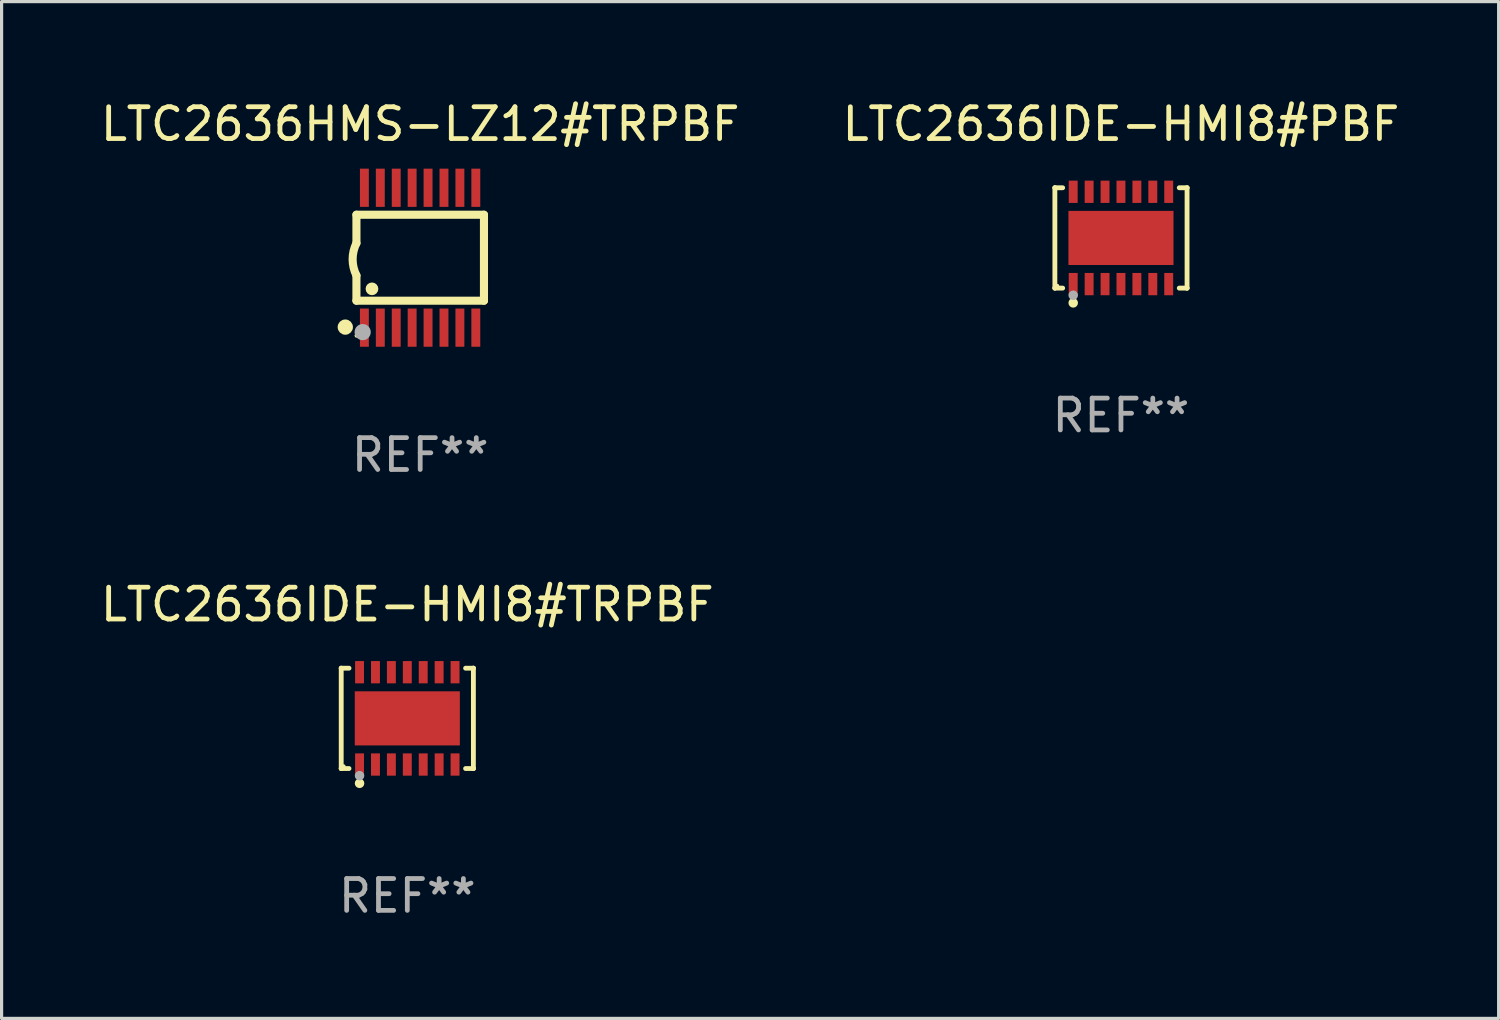
<source format=kicad_pcb>
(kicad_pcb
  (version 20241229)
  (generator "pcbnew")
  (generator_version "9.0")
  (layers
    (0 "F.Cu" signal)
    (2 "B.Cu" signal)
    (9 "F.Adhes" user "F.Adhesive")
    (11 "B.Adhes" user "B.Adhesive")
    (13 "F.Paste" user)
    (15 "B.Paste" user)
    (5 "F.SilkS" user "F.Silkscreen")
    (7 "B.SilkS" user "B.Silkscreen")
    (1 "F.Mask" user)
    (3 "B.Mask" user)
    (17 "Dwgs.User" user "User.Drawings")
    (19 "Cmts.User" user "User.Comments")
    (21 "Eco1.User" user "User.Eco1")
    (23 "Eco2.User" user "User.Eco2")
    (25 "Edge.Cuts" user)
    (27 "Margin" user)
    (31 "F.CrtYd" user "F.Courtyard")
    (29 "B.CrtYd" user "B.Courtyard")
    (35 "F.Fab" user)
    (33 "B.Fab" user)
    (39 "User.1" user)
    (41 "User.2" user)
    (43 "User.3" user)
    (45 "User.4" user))
  (footprint "LTC2636IDE-HMI8#TRPBF"
    (layer "F.Cu")
    (at 9.744 19.515)
    (property "Reference" "LTC2636IDE-HMI8#TRPBF" (at 0 -3.576 0) (layer "F.SilkS") (effects (font (size 1 1) (thickness 0.15))))
    (attr through_hole)
    (fp_line (start -2.076 -1.576) (end -2.076 -1.576) (stroke (width 0.152) (type solid)) (layer "F.SilkS"))
    (fp_line (start -2.076 -1.576) (end -1.831 -1.576) (stroke (width 0.152) (type solid)) (layer "F.SilkS"))
    (fp_line (start -2.076 1.576) (end -2.076 -1.576) (stroke (width 0.152) (type solid)) (layer "F.SilkS"))
    (fp_line (start -2.076 1.576) (end -2.076 1.576) (stroke (width 0.152) (type solid)) (layer "F.SilkS"))
    (fp_line (start -1.831 1.576) (end -2.076 1.576) (stroke (width 0.152) (type solid)) (layer "F.SilkS"))
    (fp_line (start 1.831 1.576) (end 2.076 1.576) (stroke (width 0.152) (type solid)) (layer "F.SilkS"))
    (fp_line (start 2.076 -1.576) (end 1.831 -1.576) (stroke (width 0.152) (type solid)) (layer "F.SilkS"))
    (fp_line (start 2.076 -1.576) (end 2.076 -1.576) (stroke (width 0.152) (type solid)) (layer "F.SilkS"))
    (fp_line (start 2.076 1.576) (end 2.076 -1.576) (stroke (width 0.152) (type solid)) (layer "F.SilkS"))
    (fp_line (start 2.076 1.576) (end 2.076 1.576) (stroke (width 0.152) (type solid)) (layer "F.SilkS"))
    (fp_circle (center -2 1.5) (end -1.97 1.5) (stroke (width 0.06) (type solid)) (fill no) (layer "F.SilkS"))
    (fp_circle (center -1.5 2.04) (end -1.425 2.04) (stroke (width 0.15) (type solid)) (fill no) (layer "F.SilkS"))
    (fp_circle (center -1.5 1.8) (end -1.425 1.8) (stroke (width 0.15) (type solid)) (fill no) (layer "F.Fab"))
    (fp_text user "REF**" (at 0 5.576 0) (layer "F.Fab") (effects (font (size 1 1) (thickness 0.15))))
    (pad "1" smd rect (at -1.5 1.45) (size 0.28 0.7) (layers "F.Cu" "F.Mask" "F.Paste"))
    (pad "2" smd rect (at -1 1.45) (size 0.28 0.7) (layers "F.Cu" "F.Mask" "F.Paste"))
    (pad "3" smd rect (at -0.5 1.45) (size 0.28 0.7) (layers "F.Cu" "F.Mask" "F.Paste"))
    (pad "4" smd rect (at 0 1.45) (size 0.28 0.7) (layers "F.Cu" "F.Mask" "F.Paste"))
    (pad "5" smd rect (at 0.5 1.45) (size 0.28 0.7) (layers "F.Cu" "F.Mask" "F.Paste"))
    (pad "6" smd rect (at 1 1.45) (size 0.28 0.7) (layers "F.Cu" "F.Mask" "F.Paste"))
    (pad "7" smd rect (at 1.5 1.45) (size 0.28 0.7) (layers "F.Cu" "F.Mask" "F.Paste"))
    (pad "8" smd rect (at 1.5 -1.45) (size 0.28 0.7) (layers "F.Cu" "F.Mask" "F.Paste"))
    (pad "9" smd rect (at 1 -1.45) (size 0.28 0.7) (layers "F.Cu" "F.Mask" "F.Paste"))
    (pad "10" smd rect (at 0.5 -1.45) (size 0.28 0.7) (layers "F.Cu" "F.Mask" "F.Paste"))
    (pad "11" smd rect (at 0 -1.45) (size 0.28 0.7) (layers "F.Cu" "F.Mask" "F.Paste"))
    (pad "12" smd rect (at -0.5 -1.45) (size 0.28 0.7) (layers "F.Cu" "F.Mask" "F.Paste"))
    (pad "13" smd rect (at -1 -1.45) (size 0.28 0.7) (layers "F.Cu" "F.Mask" "F.Paste"))
    (pad "14" smd rect (at -1.5 -1.45) (size 0.28 0.7) (layers "F.Cu" "F.Mask" "F.Paste"))
    (pad "15" smd rect (at 0 0) (size 3.3 1.7) (layers "F.Cu" "F.Mask" "F.Paste")))
  (footprint "LTC2636HMS-LZ12#TRPBF"
    (layer "F.Cu")
    (at 10.149 5.045)
    (property "Reference" "LTC2636HMS-LZ12#TRPBF" (at 0 -4.197 0) (layer "F.SilkS") (effects (font (size 1 1) (thickness 0.15))))
    (attr through_hole)
    (fp_line (start -2.003 -1.35) (end -2.003 -0.457) (stroke (width 0.254) (type solid)) (layer "F.SilkS"))
    (fp_line (start -2.003 -1.35) (end 2.003 -1.35) (stroke (width 0.254) (type solid)) (layer "F.SilkS"))
    (fp_line (start -2.003 1.35) (end -2.003 0.559) (stroke (width 0.254) (type solid)) (layer "F.SilkS"))
    (fp_line (start -2.003 1.35) (end 2.003 1.35) (stroke (width 0.254) (type solid)) (layer "F.SilkS"))
    (fp_line (start 2.003 -1.35) (end 2.003 1.35) (stroke (width 0.254) (type solid)) (layer "F.SilkS"))
    (fp_arc (start -2.002286 0.558802) (mid -2.122556 0.05092) (end -2.003302 -0.457201) (stroke (width 0.254001) (type solid)) (layer "F.SilkS"))
    (fp_circle (center -2.353 2.18) (end -2.233 2.18) (stroke (width 0.24) (type solid)) (fill no) (layer "F.SilkS"))
    (fp_circle (center -2.003 2.45) (end -1.973 2.45) (stroke (width 0.06) (type solid)) (fill no) (layer "F.SilkS"))
    (fp_circle (center -1.515 0.978) (end -1.415 0.978) (stroke (width 0.2) (type solid)) (fill no) (layer "F.SilkS"))
    (fp_circle (center -1.807 2.337) (end -1.68 2.337) (stroke (width 0.254) (type solid)) (fill no) (layer "F.Fab"))
    (fp_text user "REF**" (at 0 6.197 0) (layer "F.Fab") (effects (font (size 1 1) (thickness 0.15))))
    (pad "1" smd rect (at -1.753 2.197 90) (size 1.2 0.28) (layers "F.Cu" "F.Mask" "F.Paste"))
    (pad "2" smd rect (at -1.253 2.197 90) (size 1.2 0.28) (layers "F.Cu" "F.Mask" "F.Paste"))
    (pad "3" smd rect (at -0.753 2.197 90) (size 1.2 0.28) (layers "F.Cu" "F.Mask" "F.Paste"))
    (pad "4" smd rect (at -0.253 2.197 90) (size 1.2 0.28) (layers "F.Cu" "F.Mask" "F.Paste"))
    (pad "5" smd rect (at 0.247 2.197 90) (size 1.2 0.28) (layers "F.Cu" "F.Mask" "F.Paste"))
    (pad "6" smd rect (at 0.747 2.197 90) (size 1.2 0.28) (layers "F.Cu" "F.Mask" "F.Paste"))
    (pad "7" smd rect (at 1.247 2.197 90) (size 1.2 0.28) (layers "F.Cu" "F.Mask" "F.Paste"))
    (pad "8" smd rect (at 1.747 2.197 90) (size 1.2 0.28) (layers "F.Cu" "F.Mask" "F.Paste"))
    (pad "9" smd rect (at 1.747 -2.197 90) (size 1.2 0.28) (layers "F.Cu" "F.Mask" "F.Paste"))
    (pad "10" smd rect (at 1.247 -2.197 90) (size 1.2 0.28) (layers "F.Cu" "F.Mask" "F.Paste"))
    (pad "11" smd rect (at 0.747 -2.197 90) (size 1.2 0.28) (layers "F.Cu" "F.Mask" "F.Paste"))
    (pad "12" smd rect (at 0.247 -2.197 90) (size 1.2 0.28) (layers "F.Cu" "F.Mask" "F.Paste"))
    (pad "13" smd rect (at -0.253 -2.197 90) (size 1.2 0.28) (layers "F.Cu" "F.Mask" "F.Paste"))
    (pad "14" smd rect (at -0.753 -2.197 90) (size 1.2 0.28) (layers "F.Cu" "F.Mask" "F.Paste"))
    (pad "15" smd rect (at -1.253 -2.197 90) (size 1.2 0.28) (layers "F.Cu" "F.Mask" "F.Paste"))
    (pad "16" smd rect (at -1.753 -2.197 90) (size 1.2 0.28) (layers "F.Cu" "F.Mask" "F.Paste")))
  (footprint "LTC2636IDE-HMI8#PBF"
    (layer "F.Cu")
    (at 32.161 4.424)
    (property "Reference" "LTC2636IDE-HMI8#PBF" (at 0 -3.576 0) (layer "F.SilkS") (effects (font (size 1 1) (thickness 0.15))))
    (attr through_hole)
    (fp_line (start -2.076 -1.576) (end -2.076 -1.576) (stroke (width 0.152) (type solid)) (layer "F.SilkS"))
    (fp_line (start -2.076 -1.576) (end -1.831 -1.576) (stroke (width 0.152) (type solid)) (layer "F.SilkS"))
    (fp_line (start -2.076 1.576) (end -2.076 -1.576) (stroke (width 0.152) (type solid)) (layer "F.SilkS"))
    (fp_line (start -2.076 1.576) (end -2.076 1.576) (stroke (width 0.152) (type solid)) (layer "F.SilkS"))
    (fp_line (start -1.831 1.576) (end -2.076 1.576) (stroke (width 0.152) (type solid)) (layer "F.SilkS"))
    (fp_line (start 1.831 1.576) (end 2.076 1.576) (stroke (width 0.152) (type solid)) (layer "F.SilkS"))
    (fp_line (start 2.076 -1.576) (end 1.831 -1.576) (stroke (width 0.152) (type solid)) (layer "F.SilkS"))
    (fp_line (start 2.076 -1.576) (end 2.076 -1.576) (stroke (width 0.152) (type solid)) (layer "F.SilkS"))
    (fp_line (start 2.076 1.576) (end 2.076 -1.576) (stroke (width 0.152) (type solid)) (layer "F.SilkS"))
    (fp_line (start 2.076 1.576) (end 2.076 1.576) (stroke (width 0.152) (type solid)) (layer "F.SilkS"))
    (fp_circle (center -2 1.5) (end -1.97 1.5) (stroke (width 0.06) (type solid)) (fill no) (layer "F.SilkS"))
    (fp_circle (center -1.5 2.04) (end -1.425 2.04) (stroke (width 0.15) (type solid)) (fill no) (layer "F.SilkS"))
    (fp_circle (center -1.5 1.8) (end -1.425 1.8) (stroke (width 0.15) (type solid)) (fill no) (layer "F.Fab"))
    (fp_text user "REF**" (at 0 5.576 0) (layer "F.Fab") (effects (font (size 1 1) (thickness 0.15))))
    (pad "1" smd rect (at -1.5 1.45) (size 0.28 0.7) (layers "F.Cu" "F.Mask" "F.Paste"))
    (pad "2" smd rect (at -1 1.45) (size 0.28 0.7) (layers "F.Cu" "F.Mask" "F.Paste"))
    (pad "3" smd rect (at -0.5 1.45) (size 0.28 0.7) (layers "F.Cu" "F.Mask" "F.Paste"))
    (pad "4" smd rect (at 0 1.45) (size 0.28 0.7) (layers "F.Cu" "F.Mask" "F.Paste"))
    (pad "5" smd rect (at 0.5 1.45) (size 0.28 0.7) (layers "F.Cu" "F.Mask" "F.Paste"))
    (pad "6" smd rect (at 1 1.45) (size 0.28 0.7) (layers "F.Cu" "F.Mask" "F.Paste"))
    (pad "7" smd rect (at 1.5 1.45) (size 0.28 0.7) (layers "F.Cu" "F.Mask" "F.Paste"))
    (pad "8" smd rect (at 1.5 -1.45) (size 0.28 0.7) (layers "F.Cu" "F.Mask" "F.Paste"))
    (pad "9" smd rect (at 1 -1.45) (size 0.28 0.7) (layers "F.Cu" "F.Mask" "F.Paste"))
    (pad "10" smd rect (at 0.5 -1.45) (size 0.28 0.7) (layers "F.Cu" "F.Mask" "F.Paste"))
    (pad "11" smd rect (at 0 -1.45) (size 0.28 0.7) (layers "F.Cu" "F.Mask" "F.Paste"))
    (pad "12" smd rect (at -0.5 -1.45) (size 0.28 0.7) (layers "F.Cu" "F.Mask" "F.Paste"))
    (pad "13" smd rect (at -1 -1.45) (size 0.28 0.7) (layers "F.Cu" "F.Mask" "F.Paste"))
    (pad "14" smd rect (at -1.5 -1.45) (size 0.28 0.7) (layers "F.Cu" "F.Mask" "F.Paste"))
    (pad "15" smd rect (at 0 0) (size 3.3 1.7) (layers "F.Cu" "F.Mask" "F.Paste")))
  (gr_rect
    (start -3 -3)
    (end 44.024 28.94)
    (stroke (width 0.1) (type default))
    (fill no)
    (layer "Edge.Cuts")))
</source>
